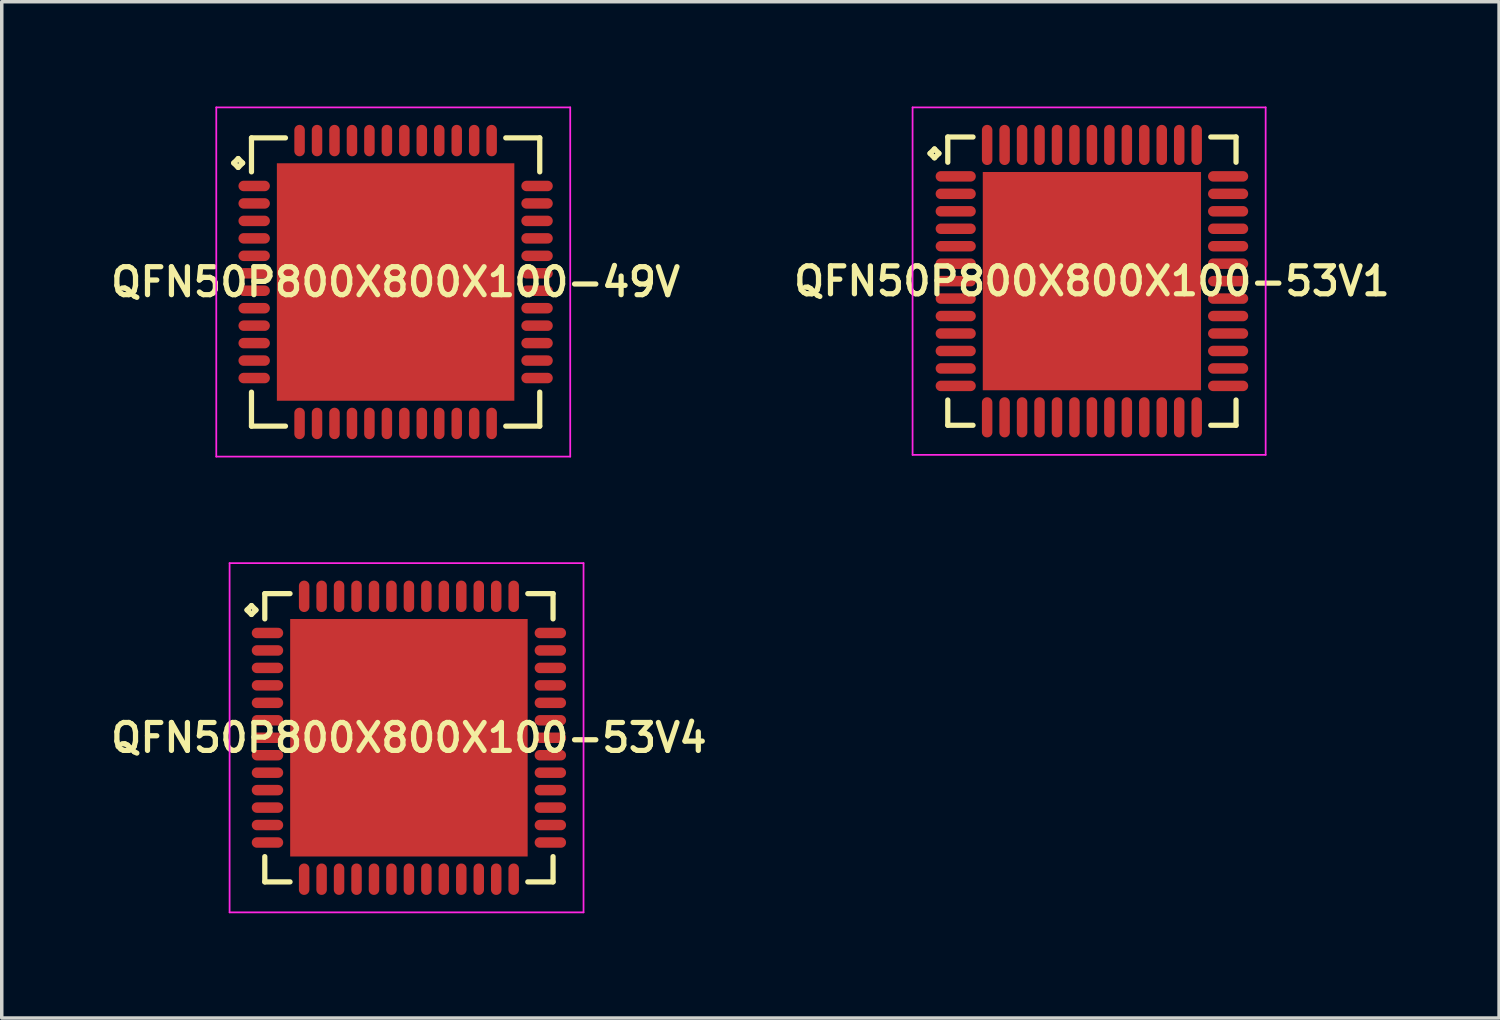
<source format=kicad_pcb>
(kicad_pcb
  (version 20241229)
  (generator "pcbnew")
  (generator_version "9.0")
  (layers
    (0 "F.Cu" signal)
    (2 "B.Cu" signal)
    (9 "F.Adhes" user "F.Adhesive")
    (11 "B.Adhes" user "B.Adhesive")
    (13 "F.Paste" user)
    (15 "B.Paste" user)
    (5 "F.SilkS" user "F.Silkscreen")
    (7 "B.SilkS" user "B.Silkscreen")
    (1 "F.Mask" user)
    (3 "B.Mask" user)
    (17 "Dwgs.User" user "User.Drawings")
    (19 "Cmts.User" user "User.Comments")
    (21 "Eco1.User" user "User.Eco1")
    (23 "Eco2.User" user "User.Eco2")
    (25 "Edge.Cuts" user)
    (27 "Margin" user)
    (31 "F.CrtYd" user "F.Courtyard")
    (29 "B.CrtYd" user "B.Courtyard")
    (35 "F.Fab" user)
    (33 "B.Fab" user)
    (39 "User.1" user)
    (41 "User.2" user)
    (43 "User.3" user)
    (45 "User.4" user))
  (footprint "QFN50P800X800X100-53V4"
    (layer "F.Cu")
    (at 8.659 18.075)
    (property "Reference" "QFN50P800X800X100-53V4" (at 0 0 0) (layer "F.SilkS") (effects (font (size 0.8 0.8) (thickness 0.15))))
    (attr smd)
    (fp_line (start -4.635 -3.658) (end -4.508 -3.785) (stroke (width 0.15) (type solid)) (layer "F.SilkS"))
    (fp_line (start -4.508 -3.785) (end -4.381 -3.658) (stroke (width 0.15) (type solid)) (layer "F.SilkS"))
    (fp_line (start -4.508 -3.531) (end -4.635 -3.658) (stroke (width 0.15) (type solid)) (layer "F.SilkS"))
    (fp_line (start -4.381 -3.658) (end -4.508 -3.531) (stroke (width 0.15) (type solid)) (layer "F.SilkS"))
    (fp_line (start -4.127 -4.127) (end -3.404 -4.127) (stroke (width 0.15) (type solid)) (layer "F.SilkS"))
    (fp_line (start -4.127 -3.404) (end -4.127 -4.127) (stroke (width 0.15) (type solid)) (layer "F.SilkS"))
    (fp_line (start -4.127 3.404) (end -4.127 4.127) (stroke (width 0.15) (type solid)) (layer "F.SilkS"))
    (fp_line (start -4.127 4.127) (end -3.404 4.127) (stroke (width 0.15) (type solid)) (layer "F.SilkS"))
    (fp_line (start 3.404 -4.127) (end 4.127 -4.127) (stroke (width 0.15) (type solid)) (layer "F.SilkS"))
    (fp_line (start 3.404 4.127) (end 4.127 4.127) (stroke (width 0.15) (type solid)) (layer "F.SilkS"))
    (fp_line (start 4.127 -4.127) (end 4.127 -3.404) (stroke (width 0.15) (type solid)) (layer "F.SilkS"))
    (fp_line (start 4.127 4.127) (end 4.127 3.404) (stroke (width 0.15) (type solid)) (layer "F.SilkS"))
    (fp_line (start -5.135 -5) (end 5 -5) (stroke (width 0.05) (type solid)) (layer "F.CrtYd"))
    (fp_line (start -5.135 5) (end -5.135 -5) (stroke (width 0.05) (type solid)) (layer "F.CrtYd"))
    (fp_line (start 5 -5) (end 5 5) (stroke (width 0.05) (type solid)) (layer "F.CrtYd"))
    (fp_line (start 5 5) (end -5.135 5) (stroke (width 0.05) (type solid)) (layer "F.CrtYd"))
    (pad "1" smd oval (at -4.05 -3) (size 0.9 0.3) (layers "F.Cu" "F.Mask" "F.Paste"))
    (pad "2" smd oval (at -4.05 -2.5) (size 0.9 0.3) (layers "F.Cu" "F.Mask" "F.Paste"))
    (pad "3" smd oval (at -4.05 -2) (size 0.9 0.3) (layers "F.Cu" "F.Mask" "F.Paste"))
    (pad "4" smd oval (at -4.05 -1.5) (size 0.9 0.3) (layers "F.Cu" "F.Mask" "F.Paste"))
    (pad "5" smd oval (at -4.05 -1) (size 0.9 0.3) (layers "F.Cu" "F.Mask" "F.Paste"))
    (pad "6" smd oval (at -4.05 -0.5) (size 0.9 0.3) (layers "F.Cu" "F.Mask" "F.Paste"))
    (pad "7" smd oval (at -4.05 0) (size 0.9 0.3) (layers "F.Cu" "F.Mask" "F.Paste"))
    (pad "8" smd oval (at -4.05 0.5) (size 0.9 0.3) (layers "F.Cu" "F.Mask" "F.Paste"))
    (pad "9" smd oval (at -4.05 1) (size 0.9 0.3) (layers "F.Cu" "F.Mask" "F.Paste"))
    (pad "10" smd oval (at -4.05 1.5) (size 0.9 0.3) (layers "F.Cu" "F.Mask" "F.Paste"))
    (pad "11" smd oval (at -4.05 2) (size 0.9 0.3) (layers "F.Cu" "F.Mask" "F.Paste"))
    (pad "12" smd oval (at -4.05 2.5) (size 0.9 0.3) (layers "F.Cu" "F.Mask" "F.Paste"))
    (pad "13" smd oval (at -4.05 3) (size 0.9 0.3) (layers "F.Cu" "F.Mask" "F.Paste"))
    (pad "14" smd oval (at -3 4.05) (size 0.3 0.9) (layers "F.Cu" "F.Mask" "F.Paste"))
    (pad "15" smd oval (at -2.5 4.05) (size 0.3 0.9) (layers "F.Cu" "F.Mask" "F.Paste"))
    (pad "16" smd oval (at -2 4.05) (size 0.3 0.9) (layers "F.Cu" "F.Mask" "F.Paste"))
    (pad "17" smd oval (at -1.5 4.05) (size 0.3 0.9) (layers "F.Cu" "F.Mask" "F.Paste"))
    (pad "18" smd oval (at -1 4.05) (size 0.3 0.9) (layers "F.Cu" "F.Mask" "F.Paste"))
    (pad "19" smd oval (at -0.5 4.05) (size 0.3 0.9) (layers "F.Cu" "F.Mask" "F.Paste"))
    (pad "20" smd oval (at 0 4.05) (size 0.3 0.9) (layers "F.Cu" "F.Mask" "F.Paste"))
    (pad "21" smd oval (at 0.5 4.05) (size 0.3 0.9) (layers "F.Cu" "F.Mask" "F.Paste"))
    (pad "22" smd oval (at 1 4.05) (size 0.3 0.9) (layers "F.Cu" "F.Mask" "F.Paste"))
    (pad "23" smd oval (at 1.5 4.05) (size 0.3 0.9) (layers "F.Cu" "F.Mask" "F.Paste"))
    (pad "24" smd oval (at 2 4.05) (size 0.3 0.9) (layers "F.Cu" "F.Mask" "F.Paste"))
    (pad "25" smd oval (at 2.5 4.05) (size 0.3 0.9) (layers "F.Cu" "F.Mask" "F.Paste"))
    (pad "26" smd oval (at 3 4.05) (size 0.3 0.9) (layers "F.Cu" "F.Mask" "F.Paste"))
    (pad "27" smd oval (at 4.05 3) (size 0.9 0.3) (layers "F.Cu" "F.Mask" "F.Paste"))
    (pad "28" smd oval (at 4.05 2.5) (size 0.9 0.3) (layers "F.Cu" "F.Mask" "F.Paste"))
    (pad "29" smd oval (at 4.05 2) (size 0.9 0.3) (layers "F.Cu" "F.Mask" "F.Paste"))
    (pad "30" smd oval (at 4.05 1.5) (size 0.9 0.3) (layers "F.Cu" "F.Mask" "F.Paste"))
    (pad "31" smd oval (at 4.05 1) (size 0.9 0.3) (layers "F.Cu" "F.Mask" "F.Paste"))
    (pad "32" smd oval (at 4.05 0.5) (size 0.9 0.3) (layers "F.Cu" "F.Mask" "F.Paste"))
    (pad "33" smd oval (at 4.05 0) (size 0.9 0.3) (layers "F.Cu" "F.Mask" "F.Paste"))
    (pad "34" smd oval (at 4.05 -0.5) (size 0.9 0.3) (layers "F.Cu" "F.Mask" "F.Paste"))
    (pad "35" smd oval (at 4.05 -1) (size 0.9 0.3) (layers "F.Cu" "F.Mask" "F.Paste"))
    (pad "36" smd oval (at 4.05 -1.5) (size 0.9 0.3) (layers "F.Cu" "F.Mask" "F.Paste"))
    (pad "37" smd oval (at 4.05 -2) (size 0.9 0.3) (layers "F.Cu" "F.Mask" "F.Paste"))
    (pad "38" smd oval (at 4.05 -2.5) (size 0.9 0.3) (layers "F.Cu" "F.Mask" "F.Paste"))
    (pad "39" smd oval (at 4.05 -3) (size 0.9 0.3) (layers "F.Cu" "F.Mask" "F.Paste"))
    (pad "40" smd oval (at 3 -4.05) (size 0.3 0.9) (layers "F.Cu" "F.Mask" "F.Paste"))
    (pad "41" smd oval (at 2.5 -4.05) (size 0.3 0.9) (layers "F.Cu" "F.Mask" "F.Paste"))
    (pad "42" smd oval (at 2 -4.05) (size 0.3 0.9) (layers "F.Cu" "F.Mask" "F.Paste"))
    (pad "43" smd oval (at 1.5 -4.05) (size 0.3 0.9) (layers "F.Cu" "F.Mask" "F.Paste"))
    (pad "44" smd oval (at 1 -4.05) (size 0.3 0.9) (layers "F.Cu" "F.Mask" "F.Paste"))
    (pad "45" smd oval (at 0.5 -4.05) (size 0.3 0.9) (layers "F.Cu" "F.Mask" "F.Paste"))
    (pad "46" smd oval (at 0 -4.05) (size 0.3 0.9) (layers "F.Cu" "F.Mask" "F.Paste"))
    (pad "47" smd oval (at -0.5 -4.05) (size 0.3 0.9) (layers "F.Cu" "F.Mask" "F.Paste"))
    (pad "48" smd oval (at -1 -4.05) (size 0.3 0.9) (layers "F.Cu" "F.Mask" "F.Paste"))
    (pad "49" smd oval (at -1.5 -4.05) (size 0.3 0.9) (layers "F.Cu" "F.Mask" "F.Paste"))
    (pad "50" smd oval (at -2 -4.05) (size 0.3 0.9) (layers "F.Cu" "F.Mask" "F.Paste"))
    (pad "51" smd oval (at -2.5 -4.05) (size 0.3 0.9) (layers "F.Cu" "F.Mask" "F.Paste"))
    (pad "52" smd oval (at -3 -4.05) (size 0.3 0.9) (layers "F.Cu" "F.Mask" "F.Paste"))
    (pad "53" smd rect (at 0 0) (size 6.8 6.8) (layers "F.Cu" "F.Mask" "F.Paste")))
  (footprint "QFN50P800X800X100-53V1"
    (layer "F.Cu")
    (at 28.216 5)
    (property "Reference" "QFN50P800X800X100-53V1" (at 0 0 0) (layer "F.SilkS") (effects (font (size 0.8 0.8) (thickness 0.15))))
    (attr smd)
    (fp_line (start -4.635 -3.658) (end -4.508 -3.785) (stroke (width 0.15) (type solid)) (layer "F.SilkS"))
    (fp_line (start -4.508 -3.785) (end -4.381 -3.658) (stroke (width 0.15) (type solid)) (layer "F.SilkS"))
    (fp_line (start -4.508 -3.531) (end -4.635 -3.658) (stroke (width 0.15) (type solid)) (layer "F.SilkS"))
    (fp_line (start -4.381 -3.658) (end -4.508 -3.531) (stroke (width 0.15) (type solid)) (layer "F.SilkS"))
    (fp_line (start -4.127 -4.127) (end -3.404 -4.127) (stroke (width 0.15) (type solid)) (layer "F.SilkS"))
    (fp_line (start -4.127 -3.404) (end -4.127 -4.127) (stroke (width 0.15) (type solid)) (layer "F.SilkS"))
    (fp_line (start -4.127 3.404) (end -4.127 4.127) (stroke (width 0.15) (type solid)) (layer "F.SilkS"))
    (fp_line (start -4.127 4.127) (end -3.404 4.127) (stroke (width 0.15) (type solid)) (layer "F.SilkS"))
    (fp_line (start 3.404 -4.127) (end 4.127 -4.127) (stroke (width 0.15) (type solid)) (layer "F.SilkS"))
    (fp_line (start 3.404 4.127) (end 4.127 4.127) (stroke (width 0.15) (type solid)) (layer "F.SilkS"))
    (fp_line (start 4.127 -4.127) (end 4.127 -3.404) (stroke (width 0.15) (type solid)) (layer "F.SilkS"))
    (fp_line (start 4.127 4.127) (end 4.127 3.404) (stroke (width 0.15) (type solid)) (layer "F.SilkS"))
    (fp_line (start -5.135 -4.975) (end 4.975 -4.975) (stroke (width 0.05) (type solid)) (layer "F.CrtYd"))
    (fp_line (start -5.135 4.975) (end -5.135 -4.975) (stroke (width 0.05) (type solid)) (layer "F.CrtYd"))
    (fp_line (start 4.975 -4.975) (end 4.975 4.975) (stroke (width 0.05) (type solid)) (layer "F.CrtYd"))
    (fp_line (start 4.975 4.975) (end -5.135 4.975) (stroke (width 0.05) (type solid)) (layer "F.CrtYd"))
    (pad "1" smd oval (at -3.9 -3) (size 1.15 0.3) (layers "F.Cu" "F.Mask" "F.Paste"))
    (pad "2" smd oval (at -3.9 -2.5) (size 1.15 0.3) (layers "F.Cu" "F.Mask" "F.Paste"))
    (pad "3" smd oval (at -3.9 -2) (size 1.15 0.3) (layers "F.Cu" "F.Mask" "F.Paste"))
    (pad "4" smd oval (at -3.9 -1.5) (size 1.15 0.3) (layers "F.Cu" "F.Mask" "F.Paste"))
    (pad "5" smd oval (at -3.9 -1) (size 1.15 0.3) (layers "F.Cu" "F.Mask" "F.Paste"))
    (pad "6" smd oval (at -3.9 -0.5) (size 1.15 0.3) (layers "F.Cu" "F.Mask" "F.Paste"))
    (pad "7" smd oval (at -3.9 0) (size 1.15 0.3) (layers "F.Cu" "F.Mask" "F.Paste"))
    (pad "8" smd oval (at -3.9 0.5) (size 1.15 0.3) (layers "F.Cu" "F.Mask" "F.Paste"))
    (pad "9" smd oval (at -3.9 1) (size 1.15 0.3) (layers "F.Cu" "F.Mask" "F.Paste"))
    (pad "10" smd oval (at -3.9 1.5) (size 1.15 0.3) (layers "F.Cu" "F.Mask" "F.Paste"))
    (pad "11" smd oval (at -3.9 2) (size 1.15 0.3) (layers "F.Cu" "F.Mask" "F.Paste"))
    (pad "12" smd oval (at -3.9 2.5) (size 1.15 0.3) (layers "F.Cu" "F.Mask" "F.Paste"))
    (pad "13" smd oval (at -3.9 3) (size 1.15 0.3) (layers "F.Cu" "F.Mask" "F.Paste"))
    (pad "14" smd oval (at -3 3.9) (size 0.3 1.15) (layers "F.Cu" "F.Mask" "F.Paste"))
    (pad "15" smd oval (at -2.5 3.9) (size 0.3 1.15) (layers "F.Cu" "F.Mask" "F.Paste"))
    (pad "16" smd oval (at -2 3.9) (size 0.3 1.15) (layers "F.Cu" "F.Mask" "F.Paste"))
    (pad "17" smd oval (at -1.5 3.9) (size 0.3 1.15) (layers "F.Cu" "F.Mask" "F.Paste"))
    (pad "18" smd oval (at -1 3.9) (size 0.3 1.15) (layers "F.Cu" "F.Mask" "F.Paste"))
    (pad "19" smd oval (at -0.5 3.9) (size 0.3 1.15) (layers "F.Cu" "F.Mask" "F.Paste"))
    (pad "20" smd oval (at 0 3.9) (size 0.3 1.15) (layers "F.Cu" "F.Mask" "F.Paste"))
    (pad "21" smd oval (at 0.5 3.9) (size 0.3 1.15) (layers "F.Cu" "F.Mask" "F.Paste"))
    (pad "22" smd oval (at 1 3.9) (size 0.3 1.15) (layers "F.Cu" "F.Mask" "F.Paste"))
    (pad "23" smd oval (at 1.5 3.9) (size 0.3 1.15) (layers "F.Cu" "F.Mask" "F.Paste"))
    (pad "24" smd oval (at 2 3.9) (size 0.3 1.15) (layers "F.Cu" "F.Mask" "F.Paste"))
    (pad "25" smd oval (at 2.5 3.9) (size 0.3 1.15) (layers "F.Cu" "F.Mask" "F.Paste"))
    (pad "26" smd oval (at 3 3.9) (size 0.3 1.15) (layers "F.Cu" "F.Mask" "F.Paste"))
    (pad "27" smd oval (at 3.9 3) (size 1.15 0.3) (layers "F.Cu" "F.Mask" "F.Paste"))
    (pad "28" smd oval (at 3.9 2.5) (size 1.15 0.3) (layers "F.Cu" "F.Mask" "F.Paste"))
    (pad "29" smd oval (at 3.9 2) (size 1.15 0.3) (layers "F.Cu" "F.Mask" "F.Paste"))
    (pad "30" smd oval (at 3.9 1.5) (size 1.15 0.3) (layers "F.Cu" "F.Mask" "F.Paste"))
    (pad "31" smd oval (at 3.9 1) (size 1.15 0.3) (layers "F.Cu" "F.Mask" "F.Paste"))
    (pad "32" smd oval (at 3.9 0.5) (size 1.15 0.3) (layers "F.Cu" "F.Mask" "F.Paste"))
    (pad "33" smd oval (at 3.9 0) (size 1.15 0.3) (layers "F.Cu" "F.Mask" "F.Paste"))
    (pad "34" smd oval (at 3.9 -0.5) (size 1.15 0.3) (layers "F.Cu" "F.Mask" "F.Paste"))
    (pad "35" smd oval (at 3.9 -1) (size 1.15 0.3) (layers "F.Cu" "F.Mask" "F.Paste"))
    (pad "36" smd oval (at 3.9 -1.5) (size 1.15 0.3) (layers "F.Cu" "F.Mask" "F.Paste"))
    (pad "37" smd oval (at 3.9 -2) (size 1.15 0.3) (layers "F.Cu" "F.Mask" "F.Paste"))
    (pad "38" smd oval (at 3.9 -2.5) (size 1.15 0.3) (layers "F.Cu" "F.Mask" "F.Paste"))
    (pad "39" smd oval (at 3.9 -3) (size 1.15 0.3) (layers "F.Cu" "F.Mask" "F.Paste"))
    (pad "40" smd oval (at 3 -3.9) (size 0.3 1.15) (layers "F.Cu" "F.Mask" "F.Paste"))
    (pad "41" smd oval (at 2.5 -3.9) (size 0.3 1.15) (layers "F.Cu" "F.Mask" "F.Paste"))
    (pad "42" smd oval (at 2 -3.9) (size 0.3 1.15) (layers "F.Cu" "F.Mask" "F.Paste"))
    (pad "43" smd oval (at 1.5 -3.9) (size 0.3 1.15) (layers "F.Cu" "F.Mask" "F.Paste"))
    (pad "44" smd oval (at 1 -3.9) (size 0.3 1.15) (layers "F.Cu" "F.Mask" "F.Paste"))
    (pad "45" smd oval (at 0.5 -3.9) (size 0.3 1.15) (layers "F.Cu" "F.Mask" "F.Paste"))
    (pad "46" smd oval (at 0 -3.9) (size 0.3 1.15) (layers "F.Cu" "F.Mask" "F.Paste"))
    (pad "47" smd oval (at -0.5 -3.9) (size 0.3 1.15) (layers "F.Cu" "F.Mask" "F.Paste"))
    (pad "48" smd oval (at -1 -3.9) (size 0.3 1.15) (layers "F.Cu" "F.Mask" "F.Paste"))
    (pad "49" smd oval (at -1.5 -3.9) (size 0.3 1.15) (layers "F.Cu" "F.Mask" "F.Paste"))
    (pad "50" smd oval (at -2 -3.9) (size 0.3 1.15) (layers "F.Cu" "F.Mask" "F.Paste"))
    (pad "51" smd oval (at -2.5 -3.9) (size 0.3 1.15) (layers "F.Cu" "F.Mask" "F.Paste"))
    (pad "52" smd oval (at -3 -3.9) (size 0.3 1.15) (layers "F.Cu" "F.Mask" "F.Paste"))
    (pad "53" smd rect (at 0 0) (size 6.25 6.25) (layers "F.Cu" "F.Mask" "F.Paste")))
  (footprint "QFN50P800X800X100-49V"
    (layer "F.Cu")
    (at 8.278 5.025)
    (property "Reference" "QFN50P800X800X100-49V" (at 0 0 0) (layer "F.SilkS") (effects (font (size 0.8 0.8) (thickness 0.15))))
    (attr smd)
    (fp_line (start -4.635 -3.408) (end -4.508 -3.535) (stroke (width 0.15) (type solid)) (layer "F.SilkS"))
    (fp_line (start -4.508 -3.535) (end -4.381 -3.408) (stroke (width 0.15) (type solid)) (layer "F.SilkS"))
    (fp_line (start -4.508 -3.281) (end -4.635 -3.408) (stroke (width 0.15) (type solid)) (layer "F.SilkS"))
    (fp_line (start -4.381 -3.408) (end -4.508 -3.281) (stroke (width 0.15) (type solid)) (layer "F.SilkS"))
    (fp_line (start -4.127 -4.127) (end -3.154 -4.127) (stroke (width 0.15) (type solid)) (layer "F.SilkS"))
    (fp_line (start -4.127 -3.154) (end -4.127 -4.127) (stroke (width 0.15) (type solid)) (layer "F.SilkS"))
    (fp_line (start -4.127 3.154) (end -4.127 4.127) (stroke (width 0.15) (type solid)) (layer "F.SilkS"))
    (fp_line (start -4.127 4.127) (end -3.154 4.127) (stroke (width 0.15) (type solid)) (layer "F.SilkS"))
    (fp_line (start 3.154 -4.127) (end 4.127 -4.127) (stroke (width 0.15) (type solid)) (layer "F.SilkS"))
    (fp_line (start 3.154 4.127) (end 4.127 4.127) (stroke (width 0.15) (type solid)) (layer "F.SilkS"))
    (fp_line (start 4.127 -4.127) (end 4.127 -3.154) (stroke (width 0.15) (type solid)) (layer "F.SilkS"))
    (fp_line (start 4.127 4.127) (end 4.127 3.154) (stroke (width 0.15) (type solid)) (layer "F.SilkS"))
    (fp_line (start -5.135 -5) (end 5 -5) (stroke (width 0.05) (type solid)) (layer "F.CrtYd"))
    (fp_line (start -5.135 5) (end -5.135 -5) (stroke (width 0.05) (type solid)) (layer "F.CrtYd"))
    (fp_line (start 5 -5) (end 5 5) (stroke (width 0.05) (type solid)) (layer "F.CrtYd"))
    (fp_line (start 5 5) (end -5.135 5) (stroke (width 0.05) (type solid)) (layer "F.CrtYd"))
    (pad "1" smd oval (at -4.05 -2.75) (size 0.9 0.3) (layers "F.Cu" "F.Mask" "F.Paste"))
    (pad "2" smd oval (at -4.05 -2.25) (size 0.9 0.3) (layers "F.Cu" "F.Mask" "F.Paste"))
    (pad "3" smd oval (at -4.05 -1.75) (size 0.9 0.3) (layers "F.Cu" "F.Mask" "F.Paste"))
    (pad "4" smd oval (at -4.05 -1.25) (size 0.9 0.3) (layers "F.Cu" "F.Mask" "F.Paste"))
    (pad "5" smd oval (at -4.05 -0.75) (size 0.9 0.3) (layers "F.Cu" "F.Mask" "F.Paste"))
    (pad "6" smd oval (at -4.05 -0.25) (size 0.9 0.3) (layers "F.Cu" "F.Mask" "F.Paste"))
    (pad "7" smd oval (at -4.05 0.25) (size 0.9 0.3) (layers "F.Cu" "F.Mask" "F.Paste"))
    (pad "8" smd oval (at -4.05 0.75) (size 0.9 0.3) (layers "F.Cu" "F.Mask" "F.Paste"))
    (pad "9" smd oval (at -4.05 1.25) (size 0.9 0.3) (layers "F.Cu" "F.Mask" "F.Paste"))
    (pad "10" smd oval (at -4.05 1.75) (size 0.9 0.3) (layers "F.Cu" "F.Mask" "F.Paste"))
    (pad "11" smd oval (at -4.05 2.25) (size 0.9 0.3) (layers "F.Cu" "F.Mask" "F.Paste"))
    (pad "12" smd oval (at -4.05 2.75) (size 0.9 0.3) (layers "F.Cu" "F.Mask" "F.Paste"))
    (pad "13" smd oval (at -2.75 4.05) (size 0.3 0.9) (layers "F.Cu" "F.Mask" "F.Paste"))
    (pad "14" smd oval (at -2.25 4.05) (size 0.3 0.9) (layers "F.Cu" "F.Mask" "F.Paste"))
    (pad "15" smd oval (at -1.75 4.05) (size 0.3 0.9) (layers "F.Cu" "F.Mask" "F.Paste"))
    (pad "16" smd oval (at -1.25 4.05) (size 0.3 0.9) (layers "F.Cu" "F.Mask" "F.Paste"))
    (pad "17" smd oval (at -0.75 4.05) (size 0.3 0.9) (layers "F.Cu" "F.Mask" "F.Paste"))
    (pad "18" smd oval (at -0.25 4.05) (size 0.3 0.9) (layers "F.Cu" "F.Mask" "F.Paste"))
    (pad "19" smd oval (at 0.25 4.05) (size 0.3 0.9) (layers "F.Cu" "F.Mask" "F.Paste"))
    (pad "20" smd oval (at 0.75 4.05) (size 0.3 0.9) (layers "F.Cu" "F.Mask" "F.Paste"))
    (pad "21" smd oval (at 1.25 4.05) (size 0.3 0.9) (layers "F.Cu" "F.Mask" "F.Paste"))
    (pad "22" smd oval (at 1.75 4.05) (size 0.3 0.9) (layers "F.Cu" "F.Mask" "F.Paste"))
    (pad "23" smd oval (at 2.25 4.05) (size 0.3 0.9) (layers "F.Cu" "F.Mask" "F.Paste"))
    (pad "24" smd oval (at 2.75 4.05) (size 0.3 0.9) (layers "F.Cu" "F.Mask" "F.Paste"))
    (pad "25" smd oval (at 4.05 2.75) (size 0.9 0.3) (layers "F.Cu" "F.Mask" "F.Paste"))
    (pad "26" smd oval (at 4.05 2.25) (size 0.9 0.3) (layers "F.Cu" "F.Mask" "F.Paste"))
    (pad "27" smd oval (at 4.05 1.75) (size 0.9 0.3) (layers "F.Cu" "F.Mask" "F.Paste"))
    (pad "28" smd oval (at 4.05 1.25) (size 0.9 0.3) (layers "F.Cu" "F.Mask" "F.Paste"))
    (pad "29" smd oval (at 4.05 0.75) (size 0.9 0.3) (layers "F.Cu" "F.Mask" "F.Paste"))
    (pad "30" smd oval (at 4.05 0.25) (size 0.9 0.3) (layers "F.Cu" "F.Mask" "F.Paste"))
    (pad "31" smd oval (at 4.05 -0.25) (size 0.9 0.3) (layers "F.Cu" "F.Mask" "F.Paste"))
    (pad "32" smd oval (at 4.05 -0.75) (size 0.9 0.3) (layers "F.Cu" "F.Mask" "F.Paste"))
    (pad "33" smd oval (at 4.05 -1.25) (size 0.9 0.3) (layers "F.Cu" "F.Mask" "F.Paste"))
    (pad "34" smd oval (at 4.05 -1.75) (size 0.9 0.3) (layers "F.Cu" "F.Mask" "F.Paste"))
    (pad "35" smd oval (at 4.05 -2.25) (size 0.9 0.3) (layers "F.Cu" "F.Mask" "F.Paste"))
    (pad "36" smd oval (at 4.05 -2.75) (size 0.9 0.3) (layers "F.Cu" "F.Mask" "F.Paste"))
    (pad "37" smd oval (at 2.75 -4.05) (size 0.3 0.9) (layers "F.Cu" "F.Mask" "F.Paste"))
    (pad "38" smd oval (at 2.25 -4.05) (size 0.3 0.9) (layers "F.Cu" "F.Mask" "F.Paste"))
    (pad "39" smd oval (at 1.75 -4.05) (size 0.3 0.9) (layers "F.Cu" "F.Mask" "F.Paste"))
    (pad "40" smd oval (at 1.25 -4.05) (size 0.3 0.9) (layers "F.Cu" "F.Mask" "F.Paste"))
    (pad "41" smd oval (at 0.75 -4.05) (size 0.3 0.9) (layers "F.Cu" "F.Mask" "F.Paste"))
    (pad "42" smd oval (at 0.25 -4.05) (size 0.3 0.9) (layers "F.Cu" "F.Mask" "F.Paste"))
    (pad "43" smd oval (at -0.25 -4.05) (size 0.3 0.9) (layers "F.Cu" "F.Mask" "F.Paste"))
    (pad "44" smd oval (at -0.75 -4.05) (size 0.3 0.9) (layers "F.Cu" "F.Mask" "F.Paste"))
    (pad "45" smd oval (at -1.25 -4.05) (size 0.3 0.9) (layers "F.Cu" "F.Mask" "F.Paste"))
    (pad "46" smd oval (at -1.75 -4.05) (size 0.3 0.9) (layers "F.Cu" "F.Mask" "F.Paste"))
    (pad "47" smd oval (at -2.25 -4.05) (size 0.3 0.9) (layers "F.Cu" "F.Mask" "F.Paste"))
    (pad "48" smd oval (at -2.75 -4.05) (size 0.3 0.9) (layers "F.Cu" "F.Mask" "F.Paste"))
    (pad "49" smd rect (at 0 0) (size 6.8 6.8) (layers "F.Cu" "F.Mask" "F.Paste")))
  (gr_rect
    (start -3 -3)
    (end 39.875 26.1)
    (stroke (width 0.1) (type default))
    (fill no)
    (layer "Edge.Cuts")))
</source>
